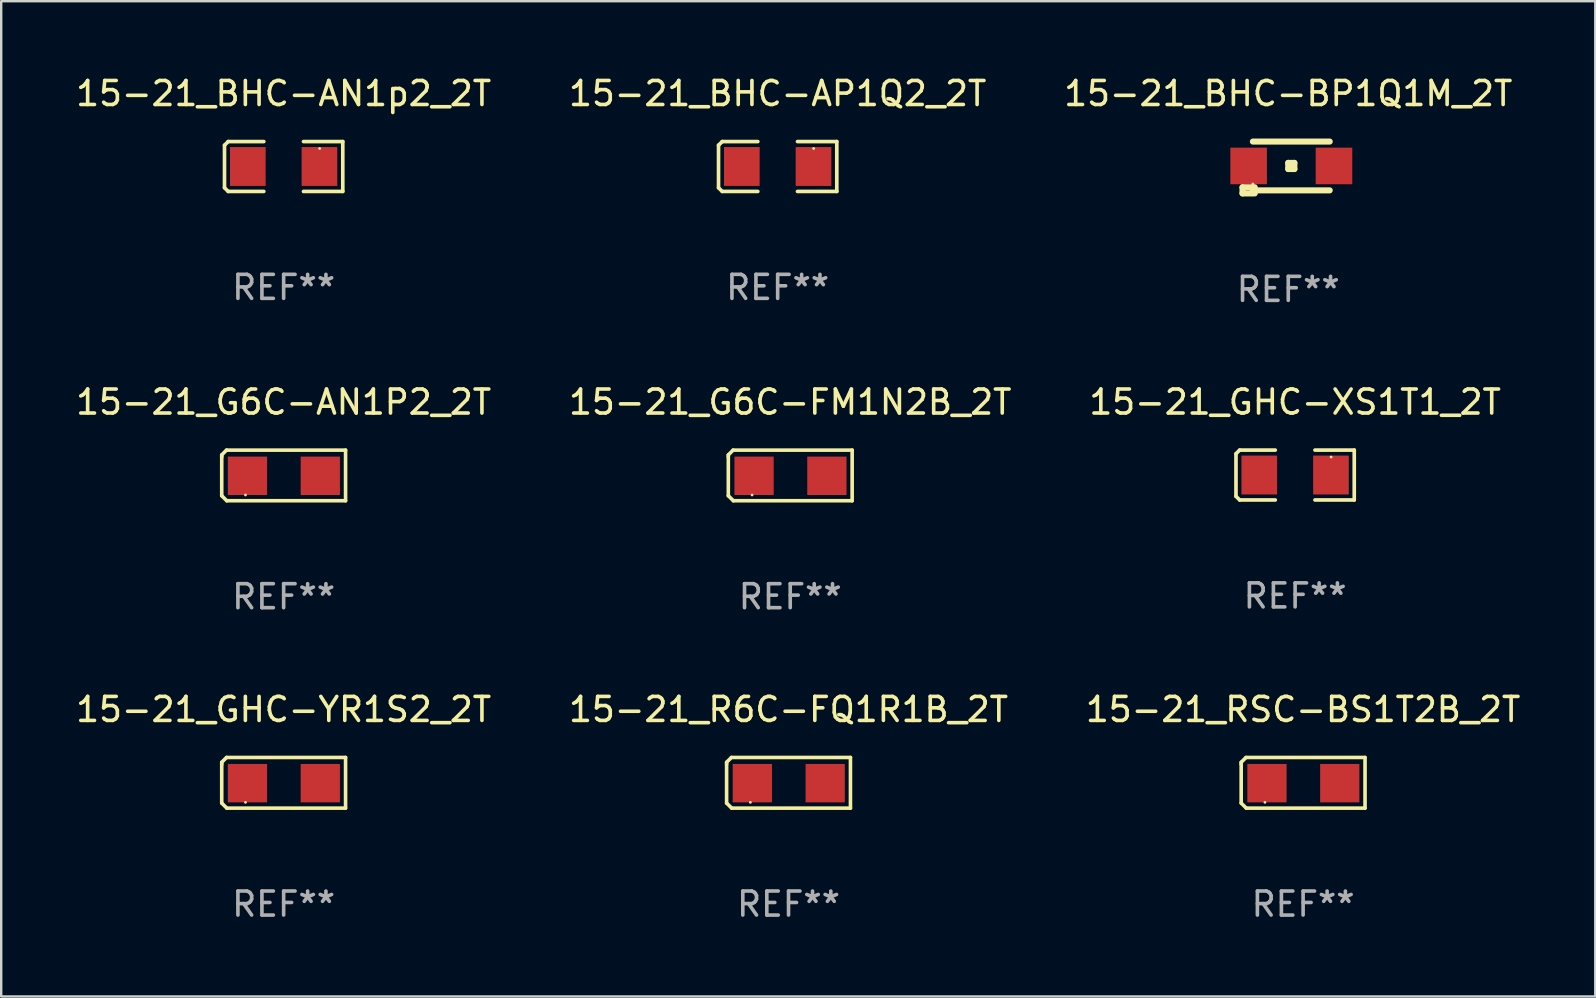
<source format=kicad_pcb>
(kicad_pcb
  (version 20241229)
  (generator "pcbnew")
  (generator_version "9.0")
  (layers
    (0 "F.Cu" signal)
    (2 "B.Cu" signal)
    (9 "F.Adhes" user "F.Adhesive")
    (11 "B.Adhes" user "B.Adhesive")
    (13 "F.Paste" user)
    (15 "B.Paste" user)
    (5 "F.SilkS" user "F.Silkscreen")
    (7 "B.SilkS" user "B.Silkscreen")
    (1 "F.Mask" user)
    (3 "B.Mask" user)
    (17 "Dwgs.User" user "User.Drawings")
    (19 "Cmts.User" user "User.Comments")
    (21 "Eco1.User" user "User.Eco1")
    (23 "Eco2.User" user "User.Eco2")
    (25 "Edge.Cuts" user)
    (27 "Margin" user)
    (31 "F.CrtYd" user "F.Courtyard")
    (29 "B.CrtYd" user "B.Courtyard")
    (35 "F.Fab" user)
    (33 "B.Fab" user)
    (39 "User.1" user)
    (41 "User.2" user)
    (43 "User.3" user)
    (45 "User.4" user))
  (footprint "15-21_BHC-BP1Q1M_2T"
    (layer "F.Cu")
    (at 50.625 3.928)
    (property "Reference" "15-21_BHC-BP1Q1M_2T" (at 0 -3.08 0) (layer "F.SilkS") (effects (font (size 1 1) (thickness 0.15))))
    (attr through_hole)
    (fp_line (start -1.905 0.826) (end -1.397 0.826) (stroke (width 0.254) (type solid)) (layer "F.SilkS"))
    (fp_line (start -1.905 1.08) (end -1.905 0.826) (stroke (width 0.254) (type solid)) (layer "F.SilkS"))
    (fp_line (start -1.473 -1.08) (end 1.727 -1.08) (stroke (width 0.254) (type solid)) (layer "F.SilkS"))
    (fp_line (start -1.473 0.953) (end 1.727 0.953) (stroke (width 0.254) (type solid)) (layer "F.SilkS"))
    (fp_line (start -1.397 1.08) (end -1.905 1.08) (stroke (width 0.254) (type solid)) (layer "F.SilkS"))
    (fp_line (start 0 -0.191) (end 0.254 -0.191) (stroke (width 0.254) (type solid)) (layer "F.SilkS"))
    (fp_line (start 0 0.064) (end 0 -0.191) (stroke (width 0.254) (type solid)) (layer "F.SilkS"))
    (fp_line (start 0.254 -0.191) (end 0.254 0.064) (stroke (width 0.254) (type solid)) (layer "F.SilkS"))
    (fp_line (start 0.254 0.064) (end 0 0.064) (stroke (width 0.254) (type solid)) (layer "F.SilkS"))
    (fp_circle (center -1.473 0.687) (end -1.443 0.687) (stroke (width 0.06) (type solid)) (fill no) (layer "F.SilkS"))
    (fp_text user "REF**" (at 0 5.08 0) (layer "F.Fab") (effects (font (size 1 1) (thickness 0.15))))
    (pad "1" smd rect (at -1.651 -0.064) (size 1.524 1.524) (layers "F.Cu" "F.Mask" "F.Paste"))
    (pad "2" smd rect (at 1.905 -0.064) (size 1.524 1.524) (layers "F.Cu" "F.Mask" "F.Paste")))
  (footprint "15-21_GHC-XS1T1_2T"
    (layer "F.Cu")
    (at 50.911 16.742)
    (property "Reference" "15-21_GHC-XS1T1_2T" (at 0 -3.039 0) (layer "F.SilkS") (effects (font (size 1 1) (thickness 0.15))))
    (attr through_hole)
    (fp_line (start -2.464 -0.886) (end -2.311 -1.039) (stroke (width 0.152) (type solid)) (layer "F.SilkS"))
    (fp_line (start -2.464 0.886) (end -2.464 -0.886) (stroke (width 0.152) (type solid)) (layer "F.SilkS"))
    (fp_line (start -2.311 -1.039) (end -0.826 -1.039) (stroke (width 0.152) (type solid)) (layer "F.SilkS"))
    (fp_line (start -2.311 1.039) (end -2.464 0.886) (stroke (width 0.152) (type solid)) (layer "F.SilkS"))
    (fp_line (start -0.826 1.039) (end -2.311 1.039) (stroke (width 0.152) (type solid)) (layer "F.SilkS"))
    (fp_line (start 0.826 1.039) (end 2.464 1.039) (stroke (width 0.152) (type solid)) (layer "F.SilkS"))
    (fp_line (start 2.464 -1.039) (end 0.826 -1.039) (stroke (width 0.152) (type solid)) (layer "F.SilkS"))
    (fp_line (start 2.464 1.039) (end 2.464 -1.039) (stroke (width 0.152) (type solid)) (layer "F.SilkS"))
    (fp_circle (center 1.5 -0.75) (end 1.53 -0.75) (stroke (width 0.06) (type solid)) (fill no) (layer "F.SilkS"))
    (fp_text user "REF**" (at 0 5.039 0) (layer "F.Fab") (effects (font (size 1 1) (thickness 0.15))))
    (pad "1" smd rect (at 1.493 0) (size 1.485 1.62) (layers "F.Cu" "F.Mask" "F.Paste"))
    (pad "2" smd rect (at -1.493 0) (size 1.485 1.62) (layers "F.Cu" "F.Mask" "F.Paste")))
  (footprint "15-21_G6C-FM1N2B_2T"
    (layer "F.Cu")
    (at 29.875 16.759)
    (property "Reference" "15-21_G6C-FM1N2B_2T" (at 0 -3.055 0) (layer "F.SilkS") (effects (font (size 1 1) (thickness 0.15))))
    (attr through_hole)
    (fp_line (start -2.58 -0.855) (end -2.38 -1.055) (stroke (width 0.15) (type solid)) (layer "F.SilkS"))
    (fp_line (start -2.58 -0.775) (end -2.58 -0.855) (stroke (width 0.15) (type solid)) (layer "F.SilkS"))
    (fp_line (start -2.58 -0.775) (end -2.58 0.845) (stroke (width 0.15) (type solid)) (layer "F.SilkS"))
    (fp_line (start -2.58 0.845) (end -2.37 1.055) (stroke (width 0.15) (type solid)) (layer "F.SilkS"))
    (fp_line (start -2.38 -1.055) (end 2.58 -1.055) (stroke (width 0.15) (type solid)) (layer "F.SilkS"))
    (fp_line (start 2.58 -1.055) (end 2.58 1.055) (stroke (width 0.15) (type solid)) (layer "F.SilkS"))
    (fp_line (start 2.58 1.055) (end -2.37 1.055) (stroke (width 0.15) (type solid)) (layer "F.SilkS"))
    (fp_circle (center -1.59 0.815) (end -1.56 0.815) (stroke (width 0.06) (type solid)) (fill no) (layer "F.SilkS"))
    (fp_text user "REF**" (at 0 5.055 0) (layer "F.Fab") (effects (font (size 1 1) (thickness 0.15))))
    (pad "1" smd rect (at -1.507 0.015) (size 1.635 1.6) (layers "F.Cu" "F.Mask" "F.Paste"))
    (pad "2" smd rect (at 1.527 0.015) (size 1.635 1.6) (layers "F.Cu" "F.Mask" "F.Paste")))
  (footprint "15-21_R6C-FQ1R1B_2T"
    (layer "F.Cu")
    (at 29.804 29.565)
    (property "Reference" "15-21_R6C-FQ1R1B_2T" (at 0 -3.055 0) (layer "F.SilkS") (effects (font (size 1 1) (thickness 0.15))))
    (attr through_hole)
    (fp_line (start -2.58 -0.855) (end -2.38 -1.055) (stroke (width 0.15) (type solid)) (layer "F.SilkS"))
    (fp_line (start -2.58 -0.775) (end -2.58 -0.855) (stroke (width 0.15) (type solid)) (layer "F.SilkS"))
    (fp_line (start -2.58 -0.775) (end -2.58 0.845) (stroke (width 0.15) (type solid)) (layer "F.SilkS"))
    (fp_line (start -2.58 0.845) (end -2.37 1.055) (stroke (width 0.15) (type solid)) (layer "F.SilkS"))
    (fp_line (start -2.38 -1.055) (end 2.58 -1.055) (stroke (width 0.15) (type solid)) (layer "F.SilkS"))
    (fp_line (start 2.58 -1.055) (end 2.58 1.055) (stroke (width 0.15) (type solid)) (layer "F.SilkS"))
    (fp_line (start 2.58 1.055) (end -2.37 1.055) (stroke (width 0.15) (type solid)) (layer "F.SilkS"))
    (fp_circle (center -1.59 0.815) (end -1.56 0.815) (stroke (width 0.06) (type solid)) (fill no) (layer "F.SilkS"))
    (fp_text user "REF**" (at 0 5.055 0) (layer "F.Fab") (effects (font (size 1 1) (thickness 0.15))))
    (pad "1" smd rect (at -1.507 0.015) (size 1.635 1.6) (layers "F.Cu" "F.Mask" "F.Paste"))
    (pad "2" smd rect (at 1.527 0.015) (size 1.635 1.6) (layers "F.Cu" "F.Mask" "F.Paste")))
  (footprint "15-21_GHC-YR1S2_2T"
    (layer "F.Cu")
    (at 8.768 29.565)
    (property "Reference" "15-21_GHC-YR1S2_2T" (at 0 -3.055 0) (layer "F.SilkS") (effects (font (size 1 1) (thickness 0.15))))
    (attr through_hole)
    (fp_line (start -2.58 -0.855) (end -2.38 -1.055) (stroke (width 0.15) (type solid)) (layer "F.SilkS"))
    (fp_line (start -2.58 -0.775) (end -2.58 -0.855) (stroke (width 0.15) (type solid)) (layer "F.SilkS"))
    (fp_line (start -2.58 -0.775) (end -2.58 0.845) (stroke (width 0.15) (type solid)) (layer "F.SilkS"))
    (fp_line (start -2.58 0.845) (end -2.37 1.055) (stroke (width 0.15) (type solid)) (layer "F.SilkS"))
    (fp_line (start -2.38 -1.055) (end 2.58 -1.055) (stroke (width 0.15) (type solid)) (layer "F.SilkS"))
    (fp_line (start 2.58 -1.055) (end 2.58 1.055) (stroke (width 0.15) (type solid)) (layer "F.SilkS"))
    (fp_line (start 2.58 1.055) (end -2.37 1.055) (stroke (width 0.15) (type solid)) (layer "F.SilkS"))
    (fp_circle (center -1.59 0.815) (end -1.56 0.815) (stroke (width 0.06) (type solid)) (fill no) (layer "F.SilkS"))
    (fp_text user "REF**" (at 0 5.055 0) (layer "F.Fab") (effects (font (size 1 1) (thickness 0.15))))
    (pad "1" smd rect (at -1.507 0.015) (size 1.635 1.6) (layers "F.Cu" "F.Mask" "F.Paste"))
    (pad "2" smd rect (at 1.527 0.015) (size 1.635 1.6) (layers "F.Cu" "F.Mask" "F.Paste")))
  (footprint "15-21_RSC-BS1T2B_2T"
    (layer "F.Cu")
    (at 51.244 29.565)
    (property "Reference" "15-21_RSC-BS1T2B_2T" (at 0 -3.055 0) (layer "F.SilkS") (effects (font (size 1 1) (thickness 0.15))))
    (attr through_hole)
    (fp_line (start -2.58 -0.855) (end -2.38 -1.055) (stroke (width 0.15) (type solid)) (layer "F.SilkS"))
    (fp_line (start -2.58 -0.775) (end -2.58 -0.855) (stroke (width 0.15) (type solid)) (layer "F.SilkS"))
    (fp_line (start -2.58 -0.775) (end -2.58 0.845) (stroke (width 0.15) (type solid)) (layer "F.SilkS"))
    (fp_line (start -2.58 0.845) (end -2.37 1.055) (stroke (width 0.15) (type solid)) (layer "F.SilkS"))
    (fp_line (start -2.38 -1.055) (end 2.58 -1.055) (stroke (width 0.15) (type solid)) (layer "F.SilkS"))
    (fp_line (start 2.58 -1.055) (end 2.58 1.055) (stroke (width 0.15) (type solid)) (layer "F.SilkS"))
    (fp_line (start 2.58 1.055) (end -2.37 1.055) (stroke (width 0.15) (type solid)) (layer "F.SilkS"))
    (fp_circle (center -1.59 0.815) (end -1.56 0.815) (stroke (width 0.06) (type solid)) (fill no) (layer "F.SilkS"))
    (fp_text user "REF**" (at 0 5.055 0) (layer "F.Fab") (effects (font (size 1 1) (thickness 0.15))))
    (pad "1" smd rect (at -1.507 0.015) (size 1.635 1.6) (layers "F.Cu" "F.Mask" "F.Paste"))
    (pad "2" smd rect (at 1.527 0.015) (size 1.635 1.6) (layers "F.Cu" "F.Mask" "F.Paste")))
  (footprint "15-21_BHC-AP1Q2_2T"
    (layer "F.Cu")
    (at 29.351 3.887)
    (property "Reference" "15-21_BHC-AP1Q2_2T" (at 0 -3.039 0) (layer "F.SilkS") (effects (font (size 1 1) (thickness 0.15))))
    (attr through_hole)
    (fp_line (start -2.464 -0.886) (end -2.311 -1.039) (stroke (width 0.152) (type solid)) (layer "F.SilkS"))
    (fp_line (start -2.464 0.886) (end -2.464 -0.886) (stroke (width 0.152) (type solid)) (layer "F.SilkS"))
    (fp_line (start -2.311 -1.039) (end -0.826 -1.039) (stroke (width 0.152) (type solid)) (layer "F.SilkS"))
    (fp_line (start -2.311 1.039) (end -2.464 0.886) (stroke (width 0.152) (type solid)) (layer "F.SilkS"))
    (fp_line (start -0.826 1.039) (end -2.311 1.039) (stroke (width 0.152) (type solid)) (layer "F.SilkS"))
    (fp_line (start 0.826 1.039) (end 2.464 1.039) (stroke (width 0.152) (type solid)) (layer "F.SilkS"))
    (fp_line (start 2.464 -1.039) (end 0.826 -1.039) (stroke (width 0.152) (type solid)) (layer "F.SilkS"))
    (fp_line (start 2.464 1.039) (end 2.464 -1.039) (stroke (width 0.152) (type solid)) (layer "F.SilkS"))
    (fp_circle (center 1.5 -0.75) (end 1.53 -0.75) (stroke (width 0.06) (type solid)) (fill no) (layer "F.SilkS"))
    (fp_text user "REF**" (at 0 5.039 0) (layer "F.Fab") (effects (font (size 1 1) (thickness 0.15))))
    (pad "1" smd rect (at 1.493 0) (size 1.485 1.62) (layers "F.Cu" "F.Mask" "F.Paste"))
    (pad "2" smd rect (at -1.493 0) (size 1.485 1.62) (layers "F.Cu" "F.Mask" "F.Paste")))
  (footprint "15-21_G6C-AN1P2_2T"
    (layer "F.Cu")
    (at 8.768 16.759)
    (property "Reference" "15-21_G6C-AN1P2_2T" (at 0 -3.055 0) (layer "F.SilkS") (effects (font (size 1 1) (thickness 0.15))))
    (attr through_hole)
    (fp_line (start -2.58 -0.855) (end -2.38 -1.055) (stroke (width 0.15) (type solid)) (layer "F.SilkS"))
    (fp_line (start -2.58 -0.775) (end -2.58 -0.855) (stroke (width 0.15) (type solid)) (layer "F.SilkS"))
    (fp_line (start -2.58 -0.775) (end -2.58 0.845) (stroke (width 0.15) (type solid)) (layer "F.SilkS"))
    (fp_line (start -2.58 0.845) (end -2.37 1.055) (stroke (width 0.15) (type solid)) (layer "F.SilkS"))
    (fp_line (start -2.38 -1.055) (end 2.58 -1.055) (stroke (width 0.15) (type solid)) (layer "F.SilkS"))
    (fp_line (start 2.58 -1.055) (end 2.58 1.055) (stroke (width 0.15) (type solid)) (layer "F.SilkS"))
    (fp_line (start 2.58 1.055) (end -2.37 1.055) (stroke (width 0.15) (type solid)) (layer "F.SilkS"))
    (fp_circle (center -1.59 0.815) (end -1.56 0.815) (stroke (width 0.06) (type solid)) (fill no) (layer "F.SilkS"))
    (fp_text user "REF**" (at 0 5.055 0) (layer "F.Fab") (effects (font (size 1 1) (thickness 0.15))))
    (pad "1" smd rect (at -1.507 0.015) (size 1.635 1.6) (layers "F.Cu" "F.Mask" "F.Paste"))
    (pad "2" smd rect (at 1.527 0.015) (size 1.635 1.6) (layers "F.Cu" "F.Mask" "F.Paste")))
  (footprint "15-21_BHC-AN1p2_2T"
    (layer "F.Cu")
    (at 8.768 3.887)
    (property "Reference" "15-21_BHC-AN1p2_2T" (at 0 -3.039 0) (layer "F.SilkS") (effects (font (size 1 1) (thickness 0.15))))
    (attr through_hole)
    (fp_line (start -2.464 -0.886) (end -2.311 -1.039) (stroke (width 0.152) (type solid)) (layer "F.SilkS"))
    (fp_line (start -2.464 0.886) (end -2.464 -0.886) (stroke (width 0.152) (type solid)) (layer "F.SilkS"))
    (fp_line (start -2.311 -1.039) (end -0.826 -1.039) (stroke (width 0.152) (type solid)) (layer "F.SilkS"))
    (fp_line (start -2.311 1.039) (end -2.464 0.886) (stroke (width 0.152) (type solid)) (layer "F.SilkS"))
    (fp_line (start -0.826 1.039) (end -2.311 1.039) (stroke (width 0.152) (type solid)) (layer "F.SilkS"))
    (fp_line (start 0.826 1.039) (end 2.464 1.039) (stroke (width 0.152) (type solid)) (layer "F.SilkS"))
    (fp_line (start 2.464 -1.039) (end 0.826 -1.039) (stroke (width 0.152) (type solid)) (layer "F.SilkS"))
    (fp_line (start 2.464 1.039) (end 2.464 -1.039) (stroke (width 0.152) (type solid)) (layer "F.SilkS"))
    (fp_circle (center 1.5 -0.75) (end 1.53 -0.75) (stroke (width 0.06) (type solid)) (fill no) (layer "F.SilkS"))
    (fp_text user "REF**" (at 0 5.039 0) (layer "F.Fab") (effects (font (size 1 1) (thickness 0.15))))
    (pad "1" smd rect (at 1.492 0) (size 1.485 1.62) (layers "F.Cu" "F.Mask" "F.Paste"))
    (pad "2" smd rect (at -1.493 0) (size 1.485 1.62) (layers "F.Cu" "F.Mask" "F.Paste")))
  (gr_rect
    (start -3 -3)
    (end 63.417 38.469)
    (stroke (width 0.1) (type default))
    (fill no)
    (layer "Edge.Cuts")))
</source>
